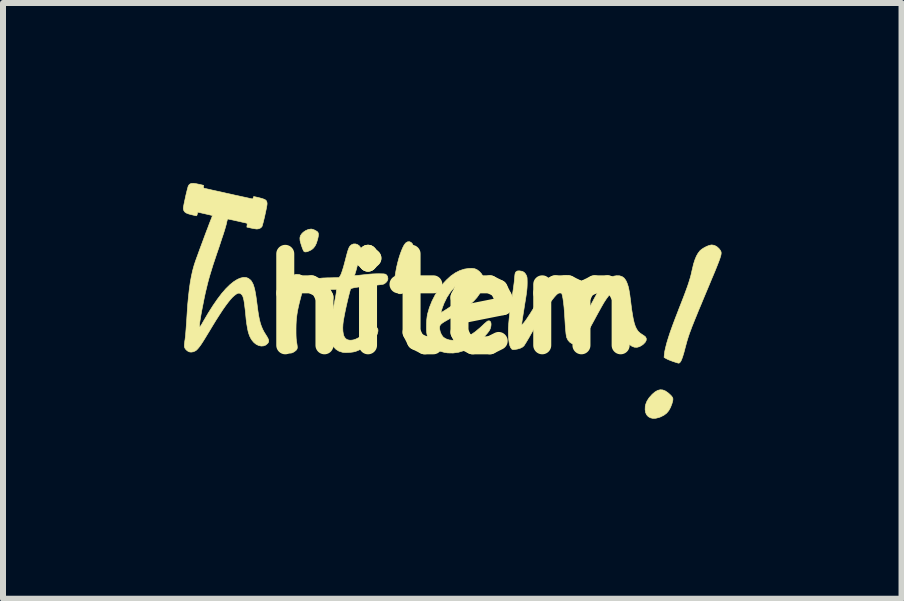
<source format=kicad_pcb>
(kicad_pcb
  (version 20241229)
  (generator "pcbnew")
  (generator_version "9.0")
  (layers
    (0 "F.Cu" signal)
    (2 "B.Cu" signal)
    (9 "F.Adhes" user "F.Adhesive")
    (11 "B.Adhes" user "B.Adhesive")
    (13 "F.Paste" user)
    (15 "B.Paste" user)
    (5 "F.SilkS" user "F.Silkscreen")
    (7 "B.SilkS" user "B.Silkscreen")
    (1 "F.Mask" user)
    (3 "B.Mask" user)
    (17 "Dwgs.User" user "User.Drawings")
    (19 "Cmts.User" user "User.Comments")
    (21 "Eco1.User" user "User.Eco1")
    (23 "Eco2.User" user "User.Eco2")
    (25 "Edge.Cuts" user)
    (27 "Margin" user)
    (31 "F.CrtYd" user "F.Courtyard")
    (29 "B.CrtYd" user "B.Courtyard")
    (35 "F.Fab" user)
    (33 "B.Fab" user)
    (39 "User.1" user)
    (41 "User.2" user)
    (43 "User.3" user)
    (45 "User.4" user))
  (footprint "hitem"
    (layer "F.Cu")
    (at 4.497 2.014)
    (property "Reference" "hitem" (at 0 0 0) (layer "F.SilkS") (effects (font (size 1.524 1.524) (thickness 0.3))))
    (attr through_hole)
    (fp_poly (pts (xy 3.495 1.433) (xy 3.539 1.45) (xy 3.584 1.481) (xy 3.619 1.512) (xy 3.643 1.537) (xy 3.658 1.558) (xy 3.665 1.579) (xy 3.664 1.604) (xy 3.656 1.636) (xy 3.65 1.659) (xy 3.625 1.724) (xy 3.596 1.777) (xy 3.56 1.82) (xy 3.515 1.854) (xy 3.459 1.882) (xy 3.435 1.891) (xy 3.38 1.905) (xy 3.331 1.907) (xy 3.292 1.898) (xy 3.255 1.878) (xy 3.227 1.847) (xy 3.209 1.808) (xy 3.202 1.761) (xy 3.204 1.707) (xy 3.212 1.672) (xy 3.233 1.619) (xy 3.268 1.564) (xy 3.318 1.508) (xy 3.321 1.505) (xy 3.367 1.466) (xy 3.41 1.441) (xy 3.453 1.43) (xy 3.495 1.433)) (stroke (width 0.01) (type solid)) (fill yes) (layer "F.SilkS"))
    (fp_poly (pts (xy -2.34 -1.244) (xy -2.312 -1.234) (xy -2.283 -1.219) (xy -2.26 -1.204) (xy -2.253 -1.197) (xy -2.244 -1.18) (xy -2.241 -1.155) (xy -2.245 -1.12) (xy -2.255 -1.075) (xy -2.257 -1.07) (xy -2.275 -1.012) (xy -2.297 -0.967) (xy -2.323 -0.932) (xy -2.354 -0.905) (xy -2.386 -0.888) (xy -2.424 -0.872) (xy -2.453 -0.866) (xy -2.473 -0.869) (xy -2.483 -0.876) (xy -2.492 -0.89) (xy -2.503 -0.915) (xy -2.515 -0.947) (xy -2.527 -0.983) (xy -2.538 -1.018) (xy -2.546 -1.049) (xy -2.548 -1.061) (xy -2.55 -1.1) (xy -2.542 -1.135) (xy -2.521 -1.167) (xy -2.495 -1.194) (xy -2.454 -1.222) (xy -2.409 -1.241) (xy -2.364 -1.248) (xy -2.362 -1.248) (xy -2.34 -1.244)) (stroke (width 0.01) (type solid)) (fill yes) (layer "F.SilkS"))
    (fp_poly (pts (xy -0.699 -1.026) (xy -0.677 -1.003) (xy -0.67 -0.992) (xy -0.662 -0.964) (xy -0.664 -0.926) (xy -0.676 -0.88) (xy -0.692 -0.835) (xy -0.715 -0.774) (xy -0.736 -0.707) (xy -0.755 -0.637) (xy -0.771 -0.568) (xy -0.782 -0.502) (xy -0.789 -0.444) (xy -0.791 -0.407) (xy -0.792 -0.366) (xy -0.795 -0.323) (xy -0.8 -0.282) (xy -0.806 -0.246) (xy -0.813 -0.22) (xy -0.816 -0.211) (xy -0.833 -0.187) (xy -0.854 -0.174) (xy -0.872 -0.169) (xy -0.893 -0.169) (xy -0.911 -0.178) (xy -0.919 -0.184) (xy -0.947 -0.216) (xy -0.965 -0.259) (xy -0.974 -0.311) (xy -0.974 -0.337) (xy -0.971 -0.401) (xy -0.964 -0.469) (xy -0.952 -0.541) (xy -0.938 -0.615) (xy -0.921 -0.687) (xy -0.902 -0.758) (xy -0.881 -0.824) (xy -0.859 -0.884) (xy -0.837 -0.936) (xy -0.815 -0.979) (xy -0.793 -1.009) (xy -0.783 -1.019) (xy -0.755 -1.035) (xy -0.726 -1.037) (xy -0.699 -1.026)) (stroke (width 0.01) (type solid)) (fill yes) (layer "F.SilkS"))
    (fp_poly (pts (xy -2.558 -0.489) (xy -2.522 -0.474) (xy -2.496 -0.453) (xy -2.482 -0.437) (xy -2.474 -0.422) (xy -2.472 -0.403) (xy -2.472 -0.386) (xy -2.474 -0.362) (xy -2.481 -0.325) (xy -2.492 -0.276) (xy -2.507 -0.217) (xy -2.517 -0.181) (xy -2.541 -0.092) (xy -2.561 -0.014) (xy -2.577 0.056) (xy -2.59 0.118) (xy -2.599 0.176) (xy -2.606 0.231) (xy -2.611 0.287) (xy -2.614 0.345) (xy -2.615 0.408) (xy -2.615 0.428) (xy -2.615 0.488) (xy -2.614 0.536) (xy -2.612 0.577) (xy -2.608 0.615) (xy -2.602 0.652) (xy -2.596 0.693) (xy -2.593 0.722) (xy -2.596 0.744) (xy -2.604 0.762) (xy -2.62 0.778) (xy -2.643 0.795) (xy -2.645 0.796) (xy -2.671 0.812) (xy -2.693 0.818) (xy -2.713 0.82) (xy -2.737 0.818) (xy -2.757 0.814) (xy -2.762 0.813) (xy -2.78 0.8) (xy -2.799 0.778) (xy -2.815 0.751) (xy -2.823 0.733) (xy -2.832 0.693) (xy -2.836 0.64) (xy -2.836 0.572) (xy -2.832 0.491) (xy -2.823 0.396) (xy -2.81 0.288) (xy -2.792 0.165) (xy -2.769 0.029) (xy -2.754 -0.054) (xy -2.745 -0.109) (xy -2.736 -0.163) (xy -2.727 -0.214) (xy -2.721 -0.258) (xy -2.716 -0.293) (xy -2.714 -0.308) (xy -2.708 -0.363) (xy -2.698 -0.405) (xy -2.686 -0.437) (xy -2.669 -0.461) (xy -2.659 -0.471) (xy -2.637 -0.487) (xy -2.614 -0.493) (xy -2.603 -0.493) (xy -2.558 -0.489)) (stroke (width 0.01) (type solid)) (fill yes) (layer "F.SilkS"))
    (fp_poly (pts (xy 4.355 -0.976) (xy 4.395 -0.956) (xy 4.431 -0.924) (xy 4.447 -0.904) (xy 4.454 -0.893) (xy 4.46 -0.883) (xy 4.465 -0.873) (xy 4.468 -0.862) (xy 4.469 -0.849) (xy 4.468 -0.833) (xy 4.465 -0.814) (xy 4.458 -0.79) (xy 4.449 -0.76) (xy 4.436 -0.724) (xy 4.42 -0.682) (xy 4.4 -0.631) (xy 4.376 -0.571) (xy 4.347 -0.501) (xy 4.313 -0.421) (xy 4.275 -0.329) (xy 4.231 -0.224) (xy 4.225 -0.21) (xy 4.177 -0.095) (xy 4.134 0.009) (xy 4.095 0.101) (xy 4.062 0.183) (xy 4.032 0.256) (xy 4.006 0.321) (xy 3.983 0.378) (xy 3.964 0.43) (xy 3.946 0.477) (xy 3.931 0.52) (xy 3.918 0.56) (xy 3.906 0.598) (xy 3.895 0.635) (xy 3.885 0.673) (xy 3.874 0.712) (xy 3.867 0.74) (xy 3.848 0.812) (xy 3.83 0.871) (xy 3.814 0.917) (xy 3.799 0.951) (xy 3.784 0.973) (xy 3.77 0.985) (xy 3.76 0.987) (xy 3.749 0.985) (xy 3.727 0.978) (xy 3.698 0.969) (xy 3.668 0.959) (xy 3.632 0.946) (xy 3.597 0.932) (xy 3.568 0.919) (xy 3.553 0.911) (xy 3.518 0.891) (xy 3.522 0.843) (xy 3.529 0.79) (xy 3.543 0.727) (xy 3.562 0.652) (xy 3.588 0.567) (xy 3.62 0.469) (xy 3.659 0.36) (xy 3.705 0.238) (xy 3.757 0.104) (xy 3.758 0.1) (xy 3.797 0.001) (xy 3.831 -0.086) (xy 3.86 -0.162) (xy 3.885 -0.23) (xy 3.907 -0.29) (xy 3.925 -0.343) (xy 3.94 -0.392) (xy 3.954 -0.438) (xy 3.966 -0.482) (xy 3.976 -0.526) (xy 3.986 -0.57) (xy 3.988 -0.577) (xy 4.008 -0.663) (xy 4.031 -0.735) (xy 4.056 -0.796) (xy 4.084 -0.845) (xy 4.115 -0.885) (xy 4.118 -0.889) (xy 4.148 -0.913) (xy 4.185 -0.937) (xy 4.226 -0.958) (xy 4.266 -0.974) (xy 4.301 -0.982) (xy 4.314 -0.983) (xy 4.355 -0.976)) (stroke (width 0.01) (type solid)) (fill yes) (layer "F.SilkS"))
    (fp_poly (pts (xy 0.365 -0.586) (xy 0.403 -0.569) (xy 0.439 -0.542) (xy 0.45 -0.531) (xy 0.476 -0.501) (xy 0.493 -0.472) (xy 0.503 -0.44) (xy 0.508 -0.401) (xy 0.508 -0.376) (xy 0.501 -0.309) (xy 0.482 -0.243) (xy 0.448 -0.176) (xy 0.401 -0.109) (xy 0.395 -0.102) (xy 0.348 -0.05) (xy 0.288 0.005) (xy 0.217 0.063) (xy 0.136 0.123) (xy 0.047 0.183) (xy -0.05 0.243) (xy -0.1 0.272) (xy -0.144 0.297) (xy -0.177 0.319) (xy -0.2 0.338) (xy -0.214 0.356) (xy -0.221 0.375) (xy -0.223 0.397) (xy -0.222 0.417) (xy -0.212 0.464) (xy -0.194 0.507) (xy -0.17 0.543) (xy -0.154 0.559) (xy -0.113 0.583) (xy -0.063 0.6) (xy -0.006 0.606) (xy 0.055 0.604) (xy 0.064 0.603) (xy 0.141 0.586) (xy 0.218 0.557) (xy 0.295 0.517) (xy 0.373 0.463) (xy 0.453 0.396) (xy 0.494 0.358) (xy 0.521 0.332) (xy 0.547 0.31) (xy 0.567 0.293) (xy 0.581 0.284) (xy 0.582 0.284) (xy 0.604 0.281) (xy 0.62 0.29) (xy 0.631 0.309) (xy 0.635 0.335) (xy 0.633 0.367) (xy 0.625 0.403) (xy 0.613 0.432) (xy 0.597 0.457) (xy 0.572 0.489) (xy 0.54 0.525) (xy 0.504 0.563) (xy 0.465 0.601) (xy 0.426 0.636) (xy 0.389 0.666) (xy 0.37 0.679) (xy 0.278 0.736) (xy 0.186 0.777) (xy 0.094 0.805) (xy 0.003 0.818) (xy -0.088 0.816) (xy -0.136 0.809) (xy -0.207 0.79) (xy -0.27 0.758) (xy -0.324 0.715) (xy -0.369 0.662) (xy -0.404 0.598) (xy -0.429 0.525) (xy -0.432 0.511) (xy -0.438 0.475) (xy -0.441 0.428) (xy -0.441 0.375) (xy -0.44 0.319) (xy -0.437 0.264) (xy -0.431 0.214) (xy -0.425 0.174) (xy -0.416 0.143) (xy -0.2 0.143) (xy -0.199 0.145) (xy -0.192 0.141) (xy -0.175 0.131) (xy -0.15 0.116) (xy -0.12 0.097) (xy -0.105 0.088) (xy -0.011 0.025) (xy 0.071 -0.036) (xy 0.141 -0.094) (xy 0.199 -0.149) (xy 0.244 -0.201) (xy 0.277 -0.249) (xy 0.297 -0.294) (xy 0.303 -0.335) (xy 0.298 -0.365) (xy 0.284 -0.388) (xy 0.262 -0.401) (xy 0.232 -0.404) (xy 0.197 -0.397) (xy 0.158 -0.382) (xy 0.116 -0.357) (xy 0.073 -0.325) (xy 0.03 -0.284) (xy -0.041 -0.201) (xy -0.101 -0.109) (xy -0.15 -0.008) (xy -0.155 0.006) (xy -0.169 0.042) (xy -0.181 0.077) (xy -0.191 0.107) (xy -0.197 0.13) (xy -0.2 0.143) (xy -0.416 0.143) (xy -0.393 0.063) (xy -0.349 -0.047) (xy -0.294 -0.155) (xy -0.228 -0.256) (xy -0.154 -0.35) (xy -0.107 -0.4) (xy -0.035 -0.466) (xy 0.038 -0.517) (xy 0.112 -0.555) (xy 0.189 -0.58) (xy 0.267 -0.592) (xy 0.321 -0.593) (xy 0.365 -0.586)) (stroke (width 0.01) (type solid)) (fill yes) (layer "F.SilkS"))
    (fp_poly (pts (xy -1.594 -0.991) (xy -1.565 -0.972) (xy -1.543 -0.946) (xy -1.531 -0.914) (xy -1.53 -0.897) (xy -1.532 -0.885) (xy -1.537 -0.862) (xy -1.545 -0.829) (xy -1.554 -0.789) (xy -1.566 -0.744) (xy -1.578 -0.696) (xy -1.591 -0.648) (xy -1.603 -0.602) (xy -1.614 -0.56) (xy -1.625 -0.524) (xy -1.633 -0.497) (xy -1.638 -0.482) (xy -1.639 -0.478) (xy -1.638 -0.475) (xy -1.634 -0.473) (xy -1.625 -0.473) (xy -1.609 -0.473) (xy -1.585 -0.475) (xy -1.551 -0.479) (xy -1.506 -0.484) (xy -1.449 -0.49) (xy -1.441 -0.491) (xy -1.39 -0.496) (xy -1.337 -0.5) (xy -1.285 -0.502) (xy -1.236 -0.503) (xy -1.192 -0.502) (xy -1.156 -0.501) (xy -1.131 -0.497) (xy -1.123 -0.495) (xy -1.103 -0.479) (xy -1.089 -0.455) (xy -1.084 -0.426) (xy -1.085 -0.408) (xy -1.097 -0.38) (xy -1.119 -0.354) (xy -1.147 -0.334) (xy -1.166 -0.327) (xy -1.185 -0.324) (xy -1.214 -0.32) (xy -1.249 -0.316) (xy -1.288 -0.312) (xy -1.289 -0.312) (xy -1.369 -0.305) (xy -1.443 -0.298) (xy -1.511 -0.29) (xy -1.57 -0.282) (xy -1.62 -0.275) (xy -1.66 -0.267) (xy -1.687 -0.26) (xy -1.702 -0.253) (xy -1.703 -0.252) (xy -1.708 -0.242) (xy -1.715 -0.218) (xy -1.724 -0.185) (xy -1.735 -0.143) (xy -1.747 -0.094) (xy -1.76 -0.04) (xy -1.773 0.017) (xy -1.786 0.075) (xy -1.798 0.133) (xy -1.809 0.188) (xy -1.818 0.238) (xy -1.826 0.279) (xy -1.833 0.339) (xy -1.836 0.398) (xy -1.834 0.452) (xy -1.827 0.499) (xy -1.817 0.535) (xy -1.814 0.541) (xy -1.793 0.573) (xy -1.767 0.593) (xy -1.733 0.603) (xy -1.702 0.605) (xy -1.661 0.6) (xy -1.616 0.585) (xy -1.566 0.56) (xy -1.509 0.524) (xy -1.446 0.477) (xy -1.422 0.458) (xy -1.379 0.424) (xy -1.343 0.402) (xy -1.313 0.39) (xy -1.289 0.388) (xy -1.269 0.396) (xy -1.26 0.403) (xy -1.251 0.421) (xy -1.249 0.448) (xy -1.254 0.478) (xy -1.264 0.507) (xy -1.28 0.532) (xy -1.304 0.563) (xy -1.335 0.597) (xy -1.37 0.632) (xy -1.407 0.666) (xy -1.44 0.692) (xy -1.496 0.731) (xy -1.557 0.764) (xy -1.616 0.789) (xy -1.633 0.794) (xy -1.664 0.801) (xy -1.705 0.806) (xy -1.749 0.809) (xy -1.791 0.81) (xy -1.827 0.808) (xy -1.842 0.805) (xy -1.9 0.787) (xy -1.949 0.756) (xy -1.989 0.715) (xy -2.009 0.684) (xy -2.031 0.634) (xy -2.045 0.579) (xy -2.052 0.516) (xy -2.054 0.47) (xy -2.053 0.436) (xy -2.052 0.402) (xy -2.048 0.367) (xy -2.043 0.327) (xy -2.036 0.283) (xy -2.027 0.231) (xy -2.015 0.17) (xy -2 0.097) (xy -1.988 0.042) (xy -1.976 -0.013) (xy -1.966 -0.065) (xy -1.957 -0.112) (xy -1.95 -0.152) (xy -1.945 -0.183) (xy -1.943 -0.202) (xy -1.943 -0.203) (xy -1.941 -0.243) (xy -2.035 -0.241) (xy -2.09 -0.24) (xy -2.133 -0.243) (xy -2.166 -0.249) (xy -2.192 -0.26) (xy -2.212 -0.276) (xy -2.23 -0.297) (xy -2.231 -0.3) (xy -2.241 -0.324) (xy -2.245 -0.354) (xy -2.243 -0.383) (xy -2.235 -0.408) (xy -2.229 -0.416) (xy -2.223 -0.421) (xy -2.216 -0.425) (xy -2.205 -0.428) (xy -2.189 -0.43) (xy -2.166 -0.432) (xy -2.133 -0.433) (xy -2.089 -0.435) (xy -2.057 -0.435) (xy -1.9 -0.439) (xy -1.884 -0.458) (xy -1.873 -0.477) (xy -1.859 -0.508) (xy -1.844 -0.552) (xy -1.826 -0.608) (xy -1.808 -0.674) (xy -1.788 -0.75) (xy -1.781 -0.777) (xy -1.766 -0.834) (xy -1.753 -0.88) (xy -1.741 -0.915) (xy -1.73 -0.941) (xy -1.718 -0.961) (xy -1.704 -0.975) (xy -1.692 -0.985) (xy -1.66 -0.999) (xy -1.626 -1) (xy -1.594 -0.991)) (stroke (width 0.01) (type solid)) (fill yes) (layer "F.SilkS"))
    (fp_poly (pts (xy 1.114 -0.55) (xy 1.155 -0.543) (xy 1.185 -0.527) (xy 1.209 -0.5) (xy 1.22 -0.481) (xy 1.227 -0.466) (xy 1.232 -0.451) (xy 1.235 -0.433) (xy 1.236 -0.41) (xy 1.237 -0.377) (xy 1.237 -0.345) (xy 1.236 -0.304) (xy 1.234 -0.264) (xy 1.23 -0.223) (xy 1.224 -0.175) (xy 1.216 -0.12) (xy 1.209 -0.076) (xy 1.194 0.016) (xy 1.182 0.095) (xy 1.171 0.161) (xy 1.163 0.215) (xy 1.156 0.258) (xy 1.151 0.291) (xy 1.148 0.314) (xy 1.147 0.329) (xy 1.147 0.333) (xy 1.147 0.351) (xy 1.165 0.333) (xy 1.179 0.317) (xy 1.2 0.29) (xy 1.226 0.254) (xy 1.255 0.21) (xy 1.288 0.16) (xy 1.322 0.105) (xy 1.343 0.073) (xy 1.402 -0.023) (xy 1.456 -0.107) (xy 1.504 -0.18) (xy 1.548 -0.242) (xy 1.588 -0.295) (xy 1.624 -0.338) (xy 1.658 -0.374) (xy 1.691 -0.403) (xy 1.722 -0.425) (xy 1.752 -0.442) (xy 1.753 -0.443) (xy 1.801 -0.461) (xy 1.847 -0.47) (xy 1.887 -0.469) (xy 1.916 -0.459) (xy 1.941 -0.442) (xy 1.962 -0.419) (xy 1.981 -0.39) (xy 1.996 -0.354) (xy 2.01 -0.308) (xy 2.021 -0.253) (xy 2.03 -0.187) (xy 2.037 -0.11) (xy 2.043 -0.02) (xy 2.047 0.044) (xy 2.05 0.109) (xy 2.053 0.161) (xy 2.056 0.203) (xy 2.06 0.236) (xy 2.065 0.263) (xy 2.07 0.284) (xy 2.077 0.304) (xy 2.079 0.309) (xy 2.086 0.325) (xy 2.093 0.33) (xy 2.103 0.326) (xy 2.107 0.323) (xy 2.121 0.311) (xy 2.138 0.293) (xy 2.157 0.266) (xy 2.179 0.231) (xy 2.206 0.186) (xy 2.237 0.132) (xy 2.272 0.065) (xy 2.313 -0.013) (xy 2.324 -0.033) (xy 2.364 -0.108) (xy 2.399 -0.172) (xy 2.43 -0.225) (xy 2.459 -0.27) (xy 2.487 -0.309) (xy 2.514 -0.343) (xy 2.543 -0.374) (xy 2.544 -0.375) (xy 2.59 -0.417) (xy 2.635 -0.445) (xy 2.681 -0.463) (xy 2.725 -0.47) (xy 2.775 -0.469) (xy 2.817 -0.456) (xy 2.852 -0.431) (xy 2.88 -0.393) (xy 2.891 -0.371) (xy 2.902 -0.345) (xy 2.911 -0.319) (xy 2.92 -0.291) (xy 2.928 -0.259) (xy 2.935 -0.222) (xy 2.943 -0.177) (xy 2.95 -0.124) (xy 2.959 -0.06) (xy 2.968 0.016) (xy 2.972 0.046) (xy 2.978 0.094) (xy 2.987 0.149) (xy 2.996 0.204) (xy 3.004 0.248) (xy 3.02 0.316) (xy 3.038 0.372) (xy 3.06 0.418) (xy 3.085 0.455) (xy 3.117 0.485) (xy 3.155 0.511) (xy 3.16 0.514) (xy 3.183 0.529) (xy 3.202 0.544) (xy 3.211 0.553) (xy 3.222 0.58) (xy 3.219 0.609) (xy 3.202 0.64) (xy 3.172 0.671) (xy 3.155 0.684) (xy 3.11 0.711) (xy 3.066 0.723) (xy 3.023 0.721) (xy 2.98 0.704) (xy 2.938 0.673) (xy 2.923 0.658) (xy 2.898 0.629) (xy 2.875 0.593) (xy 2.855 0.551) (xy 2.836 0.501) (xy 2.82 0.441) (xy 2.805 0.372) (xy 2.791 0.291) (xy 2.777 0.198) (xy 2.765 0.098) (xy 2.756 0.022) (xy 2.748 -0.04) (xy 2.74 -0.09) (xy 2.732 -0.129) (xy 2.724 -0.157) (xy 2.715 -0.177) (xy 2.706 -0.189) (xy 2.704 -0.19) (xy 2.682 -0.197) (xy 2.656 -0.189) (xy 2.627 -0.168) (xy 2.593 -0.134) (xy 2.557 -0.086) (xy 2.517 -0.025) (xy 2.496 0.011) (xy 2.473 0.051) (xy 2.446 0.1) (xy 2.416 0.154) (xy 2.386 0.209) (xy 2.357 0.263) (xy 2.35 0.276) (xy 2.303 0.362) (xy 2.263 0.435) (xy 2.226 0.496) (xy 2.194 0.547) (xy 2.165 0.588) (xy 2.139 0.62) (xy 2.114 0.643) (xy 2.091 0.66) (xy 2.068 0.669) (xy 2.045 0.674) (xy 2.025 0.673) (xy 1.984 0.662) (xy 1.948 0.639) (xy 1.918 0.606) (xy 1.897 0.564) (xy 1.895 0.559) (xy 1.889 0.533) (xy 1.883 0.493) (xy 1.878 0.439) (xy 1.872 0.371) (xy 1.867 0.289) (xy 1.865 0.254) (xy 1.858 0.147) (xy 1.851 0.055) (xy 1.842 -0.024) (xy 1.833 -0.089) (xy 1.823 -0.14) (xy 1.812 -0.177) (xy 1.81 -0.18) (xy 1.8 -0.204) (xy 1.773 -0.19) (xy 1.749 -0.174) (xy 1.722 -0.15) (xy 1.692 -0.117) (xy 1.658 -0.075) (xy 1.62 -0.024) (xy 1.578 0.038) (xy 1.531 0.111) (xy 1.479 0.195) (xy 1.422 0.29) (xy 1.36 0.398) (xy 1.292 0.516) (xy 1.267 0.561) (xy 1.242 0.603) (xy 1.22 0.64) (xy 1.201 0.67) (xy 1.188 0.691) (xy 1.182 0.699) (xy 1.157 0.72) (xy 1.121 0.738) (xy 1.077 0.751) (xy 1.031 0.759) (xy 1.006 0.761) (xy 0.992 0.759) (xy 0.98 0.752) (xy 0.975 0.746) (xy 0.96 0.725) (xy 0.948 0.696) (xy 0.938 0.658) (xy 0.931 0.608) (xy 0.928 0.582) (xy 0.924 0.527) (xy 0.923 0.467) (xy 0.924 0.402) (xy 0.929 0.328) (xy 0.936 0.247) (xy 0.946 0.155) (xy 0.96 0.053) (xy 0.976 -0.062) (xy 0.99 -0.151) (xy 0.999 -0.205) (xy 1.007 -0.26) (xy 1.014 -0.313) (xy 1.02 -0.359) (xy 1.024 -0.396) (xy 1.024 -0.402) (xy 1.028 -0.445) (xy 1.031 -0.477) (xy 1.034 -0.499) (xy 1.038 -0.514) (xy 1.042 -0.524) (xy 1.048 -0.532) (xy 1.054 -0.537) (xy 1.066 -0.546) (xy 1.081 -0.55) (xy 1.103 -0.551) (xy 1.114 -0.55)) (stroke (width 0.01) (type solid)) (fill yes) (layer "F.SilkS"))
    (fp_poly (pts (xy -4.282 -2.004) (xy -4.229 -1.993) (xy -4.227 -1.993) (xy -4.155 -1.976) (xy -4.157 -1.954) (xy -4.157 -1.937) (xy -4.149 -1.929) (xy -4.143 -1.927) (xy -4.124 -1.923) (xy -4.094 -1.916) (xy -4.054 -1.907) (xy -4.007 -1.896) (xy -3.952 -1.884) (xy -3.892 -1.871) (xy -3.829 -1.857) (xy -3.764 -1.842) (xy -3.698 -1.828) (xy -3.634 -1.813) (xy -3.572 -1.8) (xy -3.514 -1.787) (xy -3.462 -1.776) (xy -3.417 -1.766) (xy -3.381 -1.758) (xy -3.355 -1.752) (xy -3.341 -1.749) (xy -3.339 -1.749) (xy -3.333 -1.755) (xy -3.327 -1.77) (xy -3.32 -1.79) (xy -3.235 -1.771) (xy -3.186 -1.758) (xy -3.15 -1.746) (xy -3.124 -1.733) (xy -3.108 -1.717) (xy -3.1 -1.697) (xy -3.097 -1.673) (xy -3.097 -1.666) (xy -3.099 -1.648) (xy -3.104 -1.619) (xy -3.111 -1.582) (xy -3.12 -1.539) (xy -3.13 -1.493) (xy -3.14 -1.447) (xy -3.151 -1.402) (xy -3.161 -1.361) (xy -3.171 -1.326) (xy -3.178 -1.301) (xy -3.183 -1.287) (xy -3.184 -1.287) (xy -3.204 -1.267) (xy -3.234 -1.253) (xy -3.267 -1.248) (xy -3.267 -1.248) (xy -3.285 -1.25) (xy -3.312 -1.254) (xy -3.344 -1.26) (xy -3.363 -1.264) (xy -3.434 -1.28) (xy -3.43 -1.311) (xy -3.428 -1.331) (xy -3.431 -1.342) (xy -3.438 -1.346) (xy -3.45 -1.349) (xy -3.473 -1.354) (xy -3.505 -1.361) (xy -3.542 -1.37) (xy -3.583 -1.379) (xy -3.624 -1.388) (xy -3.663 -1.397) (xy -3.698 -1.404) (xy -3.726 -1.41) (xy -3.745 -1.414) (xy -3.751 -1.415) (xy -3.756 -1.409) (xy -3.762 -1.392) (xy -3.767 -1.373) (xy -3.772 -1.35) (xy -3.778 -1.323) (xy -3.787 -1.292) (xy -3.797 -1.256) (xy -3.81 -1.213) (xy -3.826 -1.163) (xy -3.846 -1.104) (xy -3.869 -1.034) (xy -3.895 -0.954) (xy -3.927 -0.861) (xy -3.933 -0.844) (xy -3.968 -0.739) (xy -3.999 -0.646) (xy -4.025 -0.561) (xy -4.049 -0.483) (xy -4.07 -0.41) (xy -4.089 -0.338) (xy -4.106 -0.266) (xy -4.124 -0.192) (xy -4.141 -0.113) (xy -4.147 -0.083) (xy -4.167 0.018) (xy -4.185 0.108) (xy -4.199 0.186) (xy -4.21 0.251) (xy -4.218 0.304) (xy -4.222 0.344) (xy -4.223 0.371) (xy -4.221 0.383) (xy -4.219 0.385) (xy -4.213 0.379) (xy -4.201 0.362) (xy -4.185 0.337) (xy -4.167 0.305) (xy -4.153 0.281) (xy -4.074 0.147) (xy -3.998 0.027) (xy -3.924 -0.08) (xy -3.853 -0.174) (xy -3.784 -0.253) (xy -3.717 -0.319) (xy -3.653 -0.371) (xy -3.592 -0.409) (xy -3.546 -0.429) (xy -3.494 -0.442) (xy -3.448 -0.441) (xy -3.408 -0.426) (xy -3.373 -0.398) (xy -3.362 -0.386) (xy -3.346 -0.36) (xy -3.33 -0.33) (xy -3.317 -0.292) (xy -3.304 -0.247) (xy -3.293 -0.192) (xy -3.282 -0.126) (xy -3.271 -0.048) (xy -3.262 0.021) (xy -3.25 0.113) (xy -3.238 0.192) (xy -3.224 0.261) (xy -3.209 0.321) (xy -3.191 0.374) (xy -3.17 0.423) (xy -3.146 0.469) (xy -3.123 0.506) (xy -3.097 0.547) (xy -3.08 0.579) (xy -3.071 0.604) (xy -3.07 0.624) (xy -3.076 0.642) (xy -3.088 0.659) (xy -3.119 0.685) (xy -3.155 0.699) (xy -3.195 0.702) (xy -3.237 0.693) (xy -3.278 0.673) (xy -3.316 0.643) (xy -3.321 0.637) (xy -3.346 0.608) (xy -3.367 0.576) (xy -3.385 0.541) (xy -3.4 0.501) (xy -3.414 0.454) (xy -3.425 0.398) (xy -3.436 0.333) (xy -3.446 0.256) (xy -3.454 0.171) (xy -3.462 0.093) (xy -3.47 0.03) (xy -3.477 -0.023) (xy -3.484 -0.065) (xy -3.492 -0.097) (xy -3.5 -0.123) (xy -3.51 -0.142) (xy -3.521 -0.156) (xy -3.528 -0.163) (xy -3.549 -0.177) (xy -3.57 -0.18) (xy -3.594 -0.173) (xy -3.614 -0.161) (xy -3.643 -0.139) (xy -3.675 -0.11) (xy -3.709 -0.072) (xy -3.747 -0.025) (xy -3.789 0.031) (xy -3.836 0.098) (xy -3.887 0.176) (xy -3.944 0.265) (xy -4.006 0.366) (xy -4.059 0.454) (xy -4.103 0.526) (xy -4.14 0.587) (xy -4.172 0.638) (xy -4.199 0.679) (xy -4.223 0.712) (xy -4.243 0.737) (xy -4.261 0.757) (xy -4.277 0.772) (xy -4.286 0.779) (xy -4.324 0.797) (xy -4.364 0.803) (xy -4.396 0.798) (xy -4.422 0.784) (xy -4.447 0.763) (xy -4.466 0.737) (xy -4.474 0.715) (xy -4.475 0.697) (xy -4.474 0.67) (xy -4.47 0.637) (xy -4.468 0.619) (xy -4.464 0.595) (xy -4.461 0.57) (xy -4.457 0.541) (xy -4.454 0.507) (xy -4.451 0.467) (xy -4.447 0.419) (xy -4.443 0.362) (xy -4.438 0.294) (xy -4.433 0.214) (xy -4.43 0.167) (xy -4.42 0.016) (xy -4.407 -0.121) (xy -4.393 -0.245) (xy -4.377 -0.359) (xy -4.358 -0.463) (xy -4.337 -0.557) (xy -4.313 -0.644) (xy -4.291 -0.711) (xy -4.275 -0.756) (xy -4.255 -0.81) (xy -4.233 -0.871) (xy -4.209 -0.937) (xy -4.183 -1.006) (xy -4.157 -1.076) (xy -4.132 -1.144) (xy -4.108 -1.208) (xy -4.085 -1.267) (xy -4.066 -1.319) (xy -4.05 -1.36) (xy -4.04 -1.386) (xy -4.027 -1.418) (xy -4.017 -1.444) (xy -4.011 -1.463) (xy -4.009 -1.472) (xy -4.009 -1.472) (xy -4.017 -1.475) (xy -4.037 -1.48) (xy -4.066 -1.487) (xy -4.102 -1.495) (xy -4.132 -1.502) (xy -4.252 -1.529) (xy -4.26 -1.497) (xy -4.266 -1.477) (xy -4.273 -1.469) (xy -4.28 -1.469) (xy -4.293 -1.472) (xy -4.315 -1.477) (xy -4.344 -1.484) (xy -4.354 -1.486) (xy -4.406 -1.5) (xy -4.444 -1.515) (xy -4.47 -1.534) (xy -4.485 -1.557) (xy -4.492 -1.584) (xy -4.492 -1.593) (xy -4.491 -1.61) (xy -4.486 -1.638) (xy -4.479 -1.675) (xy -4.47 -1.718) (xy -4.46 -1.764) (xy -4.45 -1.811) (xy -4.439 -1.856) (xy -4.429 -1.897) (xy -4.42 -1.931) (xy -4.413 -1.956) (xy -4.409 -1.967) (xy -4.395 -1.987) (xy -4.377 -2.001) (xy -4.354 -2.008) (xy -4.322 -2.009) (xy -4.282 -2.004)) (stroke (width 0.01) (type solid)) (fill yes) (layer "F.SilkS")))
  (gr_rect
    (start -3 -3)
    (end 11.971 6.926)
    (stroke (width 0.1) (type default))
    (fill no)
    (layer "Edge.Cuts")))
</source>
